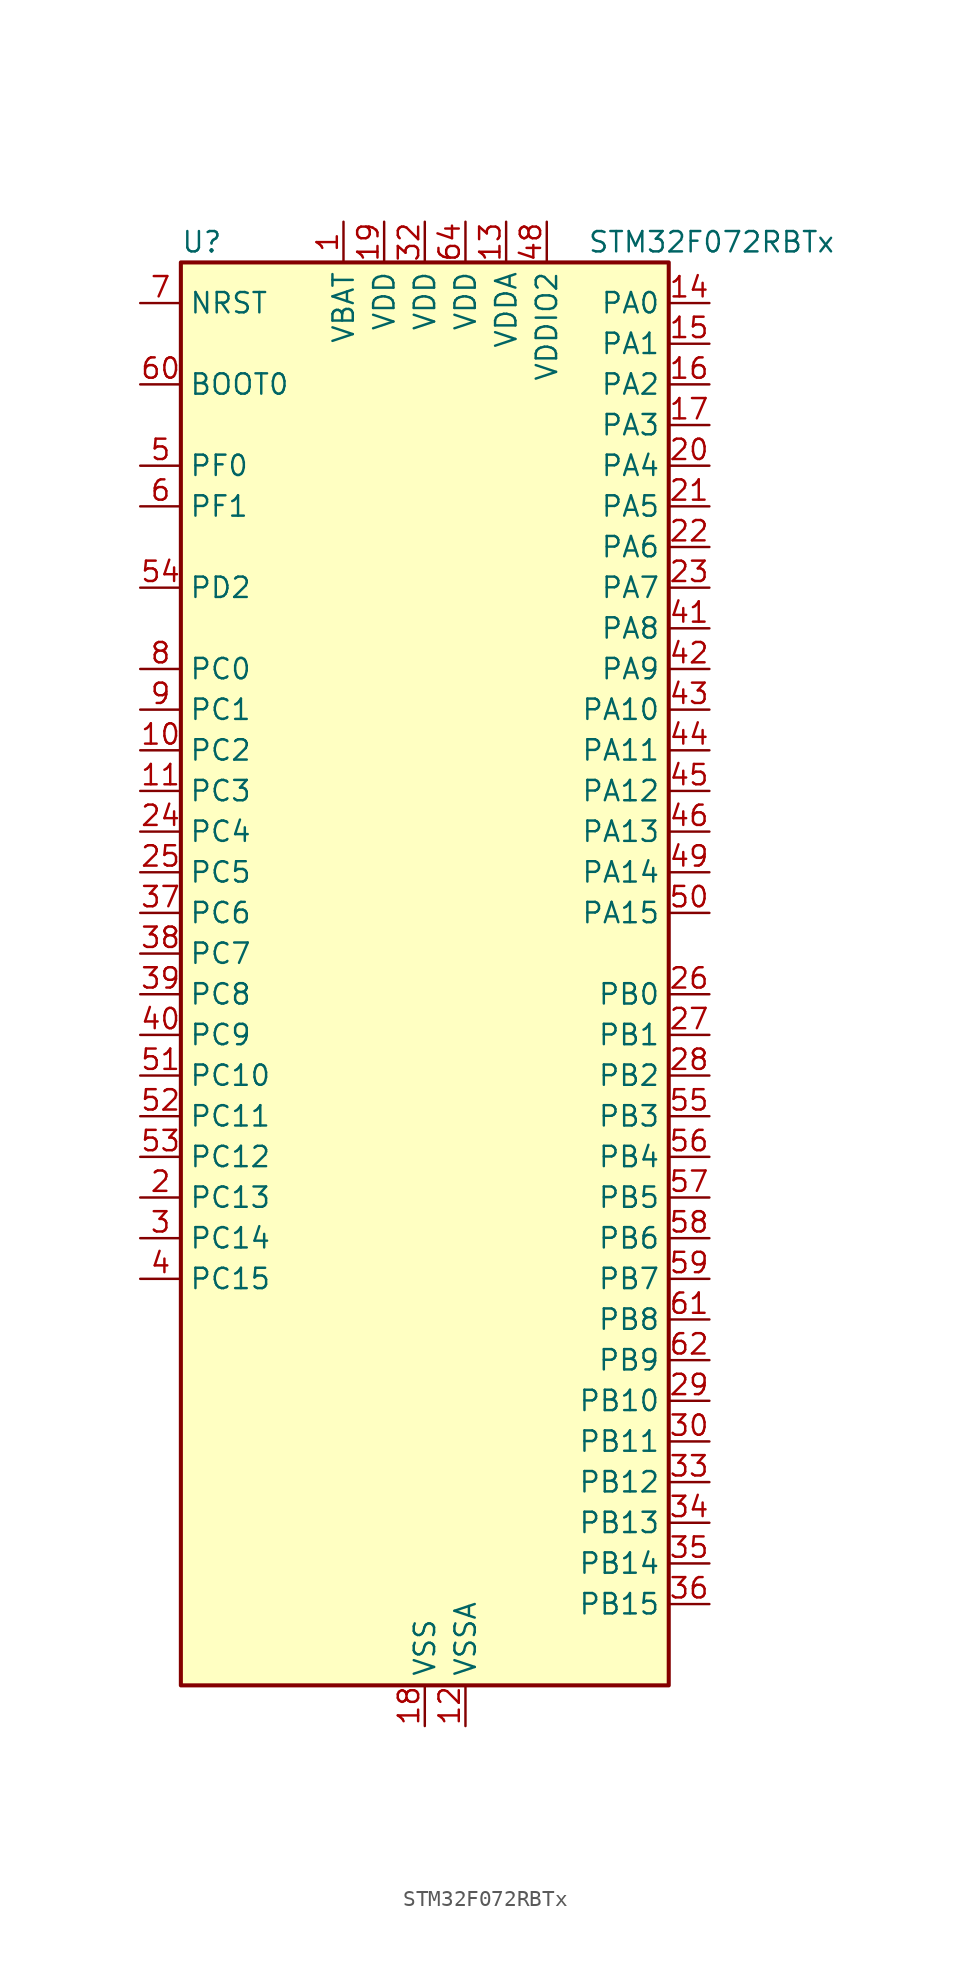
<source format=kicad_sym>
(kicad_symbol_lib
  (version 20231120)
  (generator "kicad_symbol_editor")
  (generator_version "8.0")
  (symbol "STM32F072RBTx"
    (property "Reference" "U"
      (at -15.24 46.99 0)
      (effects (font (size 1.27 1.27)) (justify left)))
    (property "Value" "STM32F072RBTx"
      (at 10.16 46.99 0)
      (effects (font (size 1.27 1.27)) (justify left)))
    (property "ki_locked" ""
      (at 0 0 0)
      (effects (font (size 1.27 1.27))))
    (symbol "STM32F072RBTx_0_1"
      (rectangle (start -15.24 -43.18) (end 15.24 45.72) (stroke (width 0.254) (type default)) (fill (type background))))
    (symbol "STM32F072RBTx_1_1"
      (pin power_in line (at -5.08 48.26 270) (length 2.54) (name "VBAT" (effects (font (size 1.27 1.27)))) (number "1" (effects (font (size 1.27 1.27)))))
      (pin bidirectional line (at -17.78 15.24 0) (length 2.54) (name "PC2" (effects (font (size 1.27 1.27)))) (number "10" (effects (font (size 1.27 1.27)))) (alternate "ADC_IN12" bidirectional line) (alternate "I2S2_MCK" bidirectional line) (alternate "SPI2_MISO" bidirectional line))
      (pin bidirectional line (at -17.78 12.7 0) (length 2.54) (name "PC3" (effects (font (size 1.27 1.27)))) (number "11" (effects (font (size 1.27 1.27)))) (alternate "ADC_IN13" bidirectional line) (alternate "I2S2_SD" bidirectional line) (alternate "SPI2_MOSI" bidirectional line))
      (pin power_in line (at 2.54 -45.72 90) (length 2.54) (name "VSSA" (effects (font (size 1.27 1.27)))) (number "12" (effects (font (size 1.27 1.27)))))
      (pin power_in line (at 5.08 48.26 270) (length 2.54) (name "VDDA" (effects (font (size 1.27 1.27)))) (number "13" (effects (font (size 1.27 1.27)))))
      (pin bidirectional line (at 17.78 43.18 180) (length 2.54) (name "PA0" (effects (font (size 1.27 1.27)))) (number "14" (effects (font (size 1.27 1.27)))) (alternate "ADC_IN0" bidirectional line) (alternate "COMP1_INM" bidirectional line) (alternate "COMP1_OUT" bidirectional line) (alternate "RTC_TAMP2" bidirectional line) (alternate "SYS_WKUP1" bidirectional line) (alternate "TIM2_CH1" bidirectional line) (alternate "TIM2_ETR" bidirectional line) (alternate "TSC_G1_IO1" bidirectional line) (alternate "USART2_CTS" bidirectional line) (alternate "USART4_TX" bidirectional line))
      (pin bidirectional line (at 17.78 40.64 180) (length 2.54) (name "PA1" (effects (font (size 1.27 1.27)))) (number "15" (effects (font (size 1.27 1.27)))) (alternate "ADC_IN1" bidirectional line) (alternate "COMP1_INP" bidirectional line) (alternate "TIM15_CH1N" bidirectional line) (alternate "TIM2_CH2" bidirectional line) (alternate "TSC_G1_IO2" bidirectional line) (alternate "USART2_DE" bidirectional line) (alternate "USART2_RTS" bidirectional line) (alternate "USART4_RX" bidirectional line))
      (pin bidirectional line (at 17.78 38.1 180) (length 2.54) (name "PA2" (effects (font (size 1.27 1.27)))) (number "16" (effects (font (size 1.27 1.27)))) (alternate "ADC_IN2" bidirectional line) (alternate "COMP2_INM" bidirectional line) (alternate "COMP2_OUT" bidirectional line) (alternate "SYS_WKUP4" bidirectional line) (alternate "TIM15_CH1" bidirectional line) (alternate "TIM2_CH3" bidirectional line) (alternate "TSC_G1_IO3" bidirectional line) (alternate "USART2_TX" bidirectional line))
      (pin bidirectional line (at 17.78 35.56 180) (length 2.54) (name "PA3" (effects (font (size 1.27 1.27)))) (number "17" (effects (font (size 1.27 1.27)))) (alternate "ADC_IN3" bidirectional line) (alternate "COMP2_INP" bidirectional line) (alternate "TIM15_CH2" bidirectional line) (alternate "TIM2_CH4" bidirectional line) (alternate "TSC_G1_IO4" bidirectional line) (alternate "USART2_RX" bidirectional line))
      (pin power_in line (at 0 -45.72 90) (length 2.54) (name "VSS" (effects (font (size 1.27 1.27)))) (number "18" (effects (font (size 1.27 1.27)))))
      (pin power_in line (at -2.54 48.26 270) (length 2.54) (name "VDD" (effects (font (size 1.27 1.27)))) (number "19" (effects (font (size 1.27 1.27)))))
      (pin bidirectional line (at -17.78 -12.7 0) (length 2.54) (name "PC13" (effects (font (size 1.27 1.27)))) (number "2" (effects (font (size 1.27 1.27)))) (alternate "RTC_OUT_ALARM" bidirectional line) (alternate "RTC_OUT_CALIB" bidirectional line) (alternate "RTC_TAMP1" bidirectional line) (alternate "RTC_TS" bidirectional line) (alternate "SYS_WKUP2" bidirectional line))
      (pin bidirectional line (at 17.78 33.02 180) (length 2.54) (name "PA4" (effects (font (size 1.27 1.27)))) (number "20" (effects (font (size 1.27 1.27)))) (alternate "ADC_IN4" bidirectional line) (alternate "COMP1_INM" bidirectional line) (alternate "COMP2_INM" bidirectional line) (alternate "DAC_OUT1" bidirectional line) (alternate "I2S1_WS" bidirectional line) (alternate "SPI1_NSS" bidirectional line) (alternate "TIM14_CH1" bidirectional line) (alternate "TSC_G2_IO1" bidirectional line) (alternate "USART2_CK" bidirectional line))
      (pin bidirectional line (at 17.78 30.48 180) (length 2.54) (name "PA5" (effects (font (size 1.27 1.27)))) (number "21" (effects (font (size 1.27 1.27)))) (alternate "ADC_IN5" bidirectional line) (alternate "CEC" bidirectional line) (alternate "COMP1_INM" bidirectional line) (alternate "COMP2_INM" bidirectional line) (alternate "DAC_OUT2" bidirectional line) (alternate "I2S1_CK" bidirectional line) (alternate "SPI1_SCK" bidirectional line) (alternate "TIM2_CH1" bidirectional line) (alternate "TIM2_ETR" bidirectional line) (alternate "TSC_G2_IO2" bidirectional line))
      (pin bidirectional line (at 17.78 27.94 180) (length 2.54) (name "PA6" (effects (font (size 1.27 1.27)))) (number "22" (effects (font (size 1.27 1.27)))) (alternate "ADC_IN6" bidirectional line) (alternate "COMP1_OUT" bidirectional line) (alternate "I2S1_MCK" bidirectional line) (alternate "SPI1_MISO" bidirectional line) (alternate "TIM16_CH1" bidirectional line) (alternate "TIM1_BKIN" bidirectional line) (alternate "TIM3_CH1" bidirectional line) (alternate "TSC_G2_IO3" bidirectional line) (alternate "USART3_CTS" bidirectional line))
      (pin bidirectional line (at 17.78 25.4 180) (length 2.54) (name "PA7" (effects (font (size 1.27 1.27)))) (number "23" (effects (font (size 1.27 1.27)))) (alternate "ADC_IN7" bidirectional line) (alternate "COMP2_OUT" bidirectional line) (alternate "I2S1_SD" bidirectional line) (alternate "SPI1_MOSI" bidirectional line) (alternate "TIM14_CH1" bidirectional line) (alternate "TIM17_CH1" bidirectional line) (alternate "TIM1_CH1N" bidirectional line) (alternate "TIM3_CH2" bidirectional line) (alternate "TSC_G2_IO4" bidirectional line))
      (pin bidirectional line (at -17.78 10.16 0) (length 2.54) (name "PC4" (effects (font (size 1.27 1.27)))) (number "24" (effects (font (size 1.27 1.27)))) (alternate "ADC_IN14" bidirectional line) (alternate "USART3_TX" bidirectional line))
      (pin bidirectional line (at -17.78 7.62 0) (length 2.54) (name "PC5" (effects (font (size 1.27 1.27)))) (number "25" (effects (font (size 1.27 1.27)))) (alternate "ADC_IN15" bidirectional line) (alternate "SYS_WKUP5" bidirectional line) (alternate "TSC_G3_IO1" bidirectional line) (alternate "USART3_RX" bidirectional line))
      (pin bidirectional line (at 17.78 0 180) (length 2.54) (name "PB0" (effects (font (size 1.27 1.27)))) (number "26" (effects (font (size 1.27 1.27)))) (alternate "ADC_IN8" bidirectional line) (alternate "TIM1_CH2N" bidirectional line) (alternate "TIM3_CH3" bidirectional line) (alternate "TSC_G3_IO2" bidirectional line) (alternate "USART3_CK" bidirectional line))
      (pin bidirectional line (at 17.78 -2.54 180) (length 2.54) (name "PB1" (effects (font (size 1.27 1.27)))) (number "27" (effects (font (size 1.27 1.27)))) (alternate "ADC_IN9" bidirectional line) (alternate "TIM14_CH1" bidirectional line) (alternate "TIM1_CH3N" bidirectional line) (alternate "TIM3_CH4" bidirectional line) (alternate "TSC_G3_IO3" bidirectional line) (alternate "USART3_DE" bidirectional line) (alternate "USART3_RTS" bidirectional line))
      (pin bidirectional line (at 17.78 -5.08 180) (length 2.54) (name "PB2" (effects (font (size 1.27 1.27)))) (number "28" (effects (font (size 1.27 1.27)))) (alternate "TSC_G3_IO4" bidirectional line))
      (pin bidirectional line (at 17.78 -25.4 180) (length 2.54) (name "PB10" (effects (font (size 1.27 1.27)))) (number "29" (effects (font (size 1.27 1.27)))) (alternate "CEC" bidirectional line) (alternate "I2C2_SCL" bidirectional line) (alternate "I2S2_CK" bidirectional line) (alternate "SPI2_SCK" bidirectional line) (alternate "TIM2_CH3" bidirectional line) (alternate "TSC_SYNC" bidirectional line) (alternate "USART3_TX" bidirectional line))
      (pin bidirectional line (at -17.78 -15.24 0) (length 2.54) (name "PC14" (effects (font (size 1.27 1.27)))) (number "3" (effects (font (size 1.27 1.27)))) (alternate "RCC_OSC32_IN" bidirectional line))
      (pin bidirectional line (at 17.78 -27.94 180) (length 2.54) (name "PB11" (effects (font (size 1.27 1.27)))) (number "30" (effects (font (size 1.27 1.27)))) (alternate "I2C2_SDA" bidirectional line) (alternate "TIM2_CH4" bidirectional line) (alternate "TSC_G6_IO1" bidirectional line) (alternate "USART3_RX" bidirectional line))
      (pin passive line (at 0 -45.72 90) (length 2.54) hide (name "VSS" (effects (font (size 1.27 1.27)))) (number "31" (effects (font (size 1.27 1.27)))))
      (pin power_in line (at 0 48.26 270) (length 2.54) (name "VDD" (effects (font (size 1.27 1.27)))) (number "32" (effects (font (size 1.27 1.27)))))
      (pin bidirectional line (at 17.78 -30.48 180) (length 2.54) (name "PB12" (effects (font (size 1.27 1.27)))) (number "33" (effects (font (size 1.27 1.27)))) (alternate "I2S2_WS" bidirectional line) (alternate "SPI2_NSS" bidirectional line) (alternate "TIM15_BKIN" bidirectional line) (alternate "TIM1_BKIN" bidirectional line) (alternate "TSC_G6_IO2" bidirectional line) (alternate "USART3_CK" bidirectional line))
      (pin bidirectional line (at 17.78 -33.02 180) (length 2.54) (name "PB13" (effects (font (size 1.27 1.27)))) (number "34" (effects (font (size 1.27 1.27)))) (alternate "I2C2_SCL" bidirectional line) (alternate "I2S2_CK" bidirectional line) (alternate "SPI2_SCK" bidirectional line) (alternate "TIM1_CH1N" bidirectional line) (alternate "TSC_G6_IO3" bidirectional line) (alternate "USART3_CTS" bidirectional line))
      (pin bidirectional line (at 17.78 -35.56 180) (length 2.54) (name "PB14" (effects (font (size 1.27 1.27)))) (number "35" (effects (font (size 1.27 1.27)))) (alternate "I2C2_SDA" bidirectional line) (alternate "I2S2_MCK" bidirectional line) (alternate "SPI2_MISO" bidirectional line) (alternate "TIM15_CH1" bidirectional line) (alternate "TIM1_CH2N" bidirectional line) (alternate "TSC_G6_IO4" bidirectional line) (alternate "USART3_DE" bidirectional line) (alternate "USART3_RTS" bidirectional line))
      (pin bidirectional line (at 17.78 -38.1 180) (length 2.54) (name "PB15" (effects (font (size 1.27 1.27)))) (number "36" (effects (font (size 1.27 1.27)))) (alternate "I2S2_SD" bidirectional line) (alternate "RTC_REFIN" bidirectional line) (alternate "SPI2_MOSI" bidirectional line) (alternate "SYS_WKUP7" bidirectional line) (alternate "TIM15_CH1N" bidirectional line) (alternate "TIM15_CH2" bidirectional line) (alternate "TIM1_CH3N" bidirectional line))
      (pin bidirectional line (at -17.78 5.08 0) (length 2.54) (name "PC6" (effects (font (size 1.27 1.27)))) (number "37" (effects (font (size 1.27 1.27)))) (alternate "TIM3_CH1" bidirectional line))
      (pin bidirectional line (at -17.78 2.54 0) (length 2.54) (name "PC7" (effects (font (size 1.27 1.27)))) (number "38" (effects (font (size 1.27 1.27)))) (alternate "TIM3_CH2" bidirectional line))
      (pin bidirectional line (at -17.78 0 0) (length 2.54) (name "PC8" (effects (font (size 1.27 1.27)))) (number "39" (effects (font (size 1.27 1.27)))) (alternate "TIM3_CH3" bidirectional line))
      (pin bidirectional line (at -17.78 -17.78 0) (length 2.54) (name "PC15" (effects (font (size 1.27 1.27)))) (number "4" (effects (font (size 1.27 1.27)))) (alternate "RCC_OSC32_OUT" bidirectional line))
      (pin bidirectional line (at -17.78 -2.54 0) (length 2.54) (name "PC9" (effects (font (size 1.27 1.27)))) (number "40" (effects (font (size 1.27 1.27)))) (alternate "DAC_EXTI9" bidirectional line) (alternate "TIM3_CH4" bidirectional line))
      (pin bidirectional line (at 17.78 22.86 180) (length 2.54) (name "PA8" (effects (font (size 1.27 1.27)))) (number "41" (effects (font (size 1.27 1.27)))) (alternate "CRS_SYNC" bidirectional line) (alternate "RCC_MCO" bidirectional line) (alternate "TIM1_CH1" bidirectional line) (alternate "USART1_CK" bidirectional line))
      (pin bidirectional line (at 17.78 20.32 180) (length 2.54) (name "PA9" (effects (font (size 1.27 1.27)))) (number "42" (effects (font (size 1.27 1.27)))) (alternate "DAC_EXTI9" bidirectional line) (alternate "TIM15_BKIN" bidirectional line) (alternate "TIM1_CH2" bidirectional line) (alternate "TSC_G4_IO1" bidirectional line) (alternate "USART1_TX" bidirectional line))
      (pin bidirectional line (at 17.78 17.78 180) (length 2.54) (name "PA10" (effects (font (size 1.27 1.27)))) (number "43" (effects (font (size 1.27 1.27)))) (alternate "TIM17_BKIN" bidirectional line) (alternate "TIM1_CH3" bidirectional line) (alternate "TSC_G4_IO2" bidirectional line) (alternate "USART1_RX" bidirectional line))
      (pin bidirectional line (at 17.78 15.24 180) (length 2.54) (name "PA11" (effects (font (size 1.27 1.27)))) (number "44" (effects (font (size 1.27 1.27)))) (alternate "CAN_RX" bidirectional line) (alternate "COMP1_OUT" bidirectional line) (alternate "TIM1_CH4" bidirectional line) (alternate "TSC_G4_IO3" bidirectional line) (alternate "USART1_CTS" bidirectional line) (alternate "USB_DM" bidirectional line))
      (pin bidirectional line (at 17.78 12.7 180) (length 2.54) (name "PA12" (effects (font (size 1.27 1.27)))) (number "45" (effects (font (size 1.27 1.27)))) (alternate "CAN_TX" bidirectional line) (alternate "COMP2_OUT" bidirectional line) (alternate "TIM1_ETR" bidirectional line) (alternate "TSC_G4_IO4" bidirectional line) (alternate "USART1_DE" bidirectional line) (alternate "USART1_RTS" bidirectional line) (alternate "USB_DP" bidirectional line))
      (pin bidirectional line (at 17.78 10.16 180) (length 2.54) (name "PA13" (effects (font (size 1.27 1.27)))) (number "46" (effects (font (size 1.27 1.27)))) (alternate "IR_OUT" bidirectional line) (alternate "SYS_SWDIO" bidirectional line) (alternate "USB_NOE" bidirectional line))
      (pin passive line (at 0 -45.72 90) (length 2.54) hide (name "VSS" (effects (font (size 1.27 1.27)))) (number "47" (effects (font (size 1.27 1.27)))))
      (pin power_in line (at 7.62 48.26 270) (length 2.54) (name "VDDIO2" (effects (font (size 1.27 1.27)))) (number "48" (effects (font (size 1.27 1.27)))))
      (pin bidirectional line (at 17.78 7.62 180) (length 2.54) (name "PA14" (effects (font (size 1.27 1.27)))) (number "49" (effects (font (size 1.27 1.27)))) (alternate "SYS_SWCLK" bidirectional line) (alternate "USART2_TX" bidirectional line))
      (pin bidirectional line (at -17.78 33.02 0) (length 2.54) (name "PF0" (effects (font (size 1.27 1.27)))) (number "5" (effects (font (size 1.27 1.27)))) (alternate "CRS_SYNC" bidirectional line) (alternate "RCC_OSC_IN" bidirectional line))
      (pin bidirectional line (at 17.78 5.08 180) (length 2.54) (name "PA15" (effects (font (size 1.27 1.27)))) (number "50" (effects (font (size 1.27 1.27)))) (alternate "I2S1_WS" bidirectional line) (alternate "SPI1_NSS" bidirectional line) (alternate "TIM2_CH1" bidirectional line) (alternate "TIM2_ETR" bidirectional line) (alternate "USART2_RX" bidirectional line) (alternate "USART4_DE" bidirectional line) (alternate "USART4_RTS" bidirectional line))
      (pin bidirectional line (at -17.78 -5.08 0) (length 2.54) (name "PC10" (effects (font (size 1.27 1.27)))) (number "51" (effects (font (size 1.27 1.27)))) (alternate "USART3_TX" bidirectional line) (alternate "USART4_TX" bidirectional line))
      (pin bidirectional line (at -17.78 -7.62 0) (length 2.54) (name "PC11" (effects (font (size 1.27 1.27)))) (number "52" (effects (font (size 1.27 1.27)))) (alternate "USART3_RX" bidirectional line) (alternate "USART4_RX" bidirectional line))
      (pin bidirectional line (at -17.78 -10.16 0) (length 2.54) (name "PC12" (effects (font (size 1.27 1.27)))) (number "53" (effects (font (size 1.27 1.27)))) (alternate "USART3_CK" bidirectional line) (alternate "USART4_CK" bidirectional line))
      (pin bidirectional line (at -17.78 25.4 0) (length 2.54) (name "PD2" (effects (font (size 1.27 1.27)))) (number "54" (effects (font (size 1.27 1.27)))) (alternate "TIM3_ETR" bidirectional line) (alternate "USART3_DE" bidirectional line) (alternate "USART3_RTS" bidirectional line))
      (pin bidirectional line (at 17.78 -7.62 180) (length 2.54) (name "PB3" (effects (font (size 1.27 1.27)))) (number "55" (effects (font (size 1.27 1.27)))) (alternate "I2S1_CK" bidirectional line) (alternate "SPI1_SCK" bidirectional line) (alternate "TIM2_CH2" bidirectional line) (alternate "TSC_G5_IO1" bidirectional line))
      (pin bidirectional line (at 17.78 -10.16 180) (length 2.54) (name "PB4" (effects (font (size 1.27 1.27)))) (number "56" (effects (font (size 1.27 1.27)))) (alternate "I2S1_MCK" bidirectional line) (alternate "SPI1_MISO" bidirectional line) (alternate "TIM17_BKIN" bidirectional line) (alternate "TIM3_CH1" bidirectional line) (alternate "TSC_G5_IO2" bidirectional line))
      (pin bidirectional line (at 17.78 -12.7 180) (length 2.54) (name "PB5" (effects (font (size 1.27 1.27)))) (number "57" (effects (font (size 1.27 1.27)))) (alternate "I2C1_SMBA" bidirectional line) (alternate "I2S1_SD" bidirectional line) (alternate "SPI1_MOSI" bidirectional line) (alternate "SYS_WKUP6" bidirectional line) (alternate "TIM16_BKIN" bidirectional line) (alternate "TIM3_CH2" bidirectional line))
      (pin bidirectional line (at 17.78 -15.24 180) (length 2.54) (name "PB6" (effects (font (size 1.27 1.27)))) (number "58" (effects (font (size 1.27 1.27)))) (alternate "I2C1_SCL" bidirectional line) (alternate "TIM16_CH1N" bidirectional line) (alternate "TSC_G5_IO3" bidirectional line) (alternate "USART1_TX" bidirectional line))
      (pin bidirectional line (at 17.78 -17.78 180) (length 2.54) (name "PB7" (effects (font (size 1.27 1.27)))) (number "59" (effects (font (size 1.27 1.27)))) (alternate "I2C1_SDA" bidirectional line) (alternate "TIM17_CH1N" bidirectional line) (alternate "TSC_G5_IO4" bidirectional line) (alternate "USART1_RX" bidirectional line) (alternate "USART4_CTS" bidirectional line))
      (pin bidirectional line (at -17.78 30.48 0) (length 2.54) (name "PF1" (effects (font (size 1.27 1.27)))) (number "6" (effects (font (size 1.27 1.27)))) (alternate "RCC_OSC_OUT" bidirectional line))
      (pin input line (at -17.78 38.1 0) (length 2.54) (name "BOOT0" (effects (font (size 1.27 1.27)))) (number "60" (effects (font (size 1.27 1.27)))))
      (pin bidirectional line (at 17.78 -20.32 180) (length 2.54) (name "PB8" (effects (font (size 1.27 1.27)))) (number "61" (effects (font (size 1.27 1.27)))) (alternate "CAN_RX" bidirectional line) (alternate "CEC" bidirectional line) (alternate "I2C1_SCL" bidirectional line) (alternate "TIM16_CH1" bidirectional line) (alternate "TSC_SYNC" bidirectional line))
      (pin bidirectional line (at 17.78 -22.86 180) (length 2.54) (name "PB9" (effects (font (size 1.27 1.27)))) (number "62" (effects (font (size 1.27 1.27)))) (alternate "CAN_TX" bidirectional line) (alternate "DAC_EXTI9" bidirectional line) (alternate "I2C1_SDA" bidirectional line) (alternate "I2S2_WS" bidirectional line) (alternate "IR_OUT" bidirectional line) (alternate "SPI2_NSS" bidirectional line) (alternate "TIM17_CH1" bidirectional line))
      (pin passive line (at 0 -45.72 90) (length 2.54) hide (name "VSS" (effects (font (size 1.27 1.27)))) (number "63" (effects (font (size 1.27 1.27)))))
      (pin power_in line (at 2.54 48.26 270) (length 2.54) (name "VDD" (effects (font (size 1.27 1.27)))) (number "64" (effects (font (size 1.27 1.27)))))
      (pin input line (at -17.78 43.18 0) (length 2.54) (name "NRST" (effects (font (size 1.27 1.27)))) (number "7" (effects (font (size 1.27 1.27)))))
      (pin bidirectional line (at -17.78 20.32 0) (length 2.54) (name "PC0" (effects (font (size 1.27 1.27)))) (number "8" (effects (font (size 1.27 1.27)))) (alternate "ADC_IN10" bidirectional line))
      (pin bidirectional line (at -17.78 17.78 0) (length 2.54) (name "PC1" (effects (font (size 1.27 1.27)))) (number "9" (effects (font (size 1.27 1.27)))) (alternate "ADC_IN11" bidirectional line)))))
</source>
